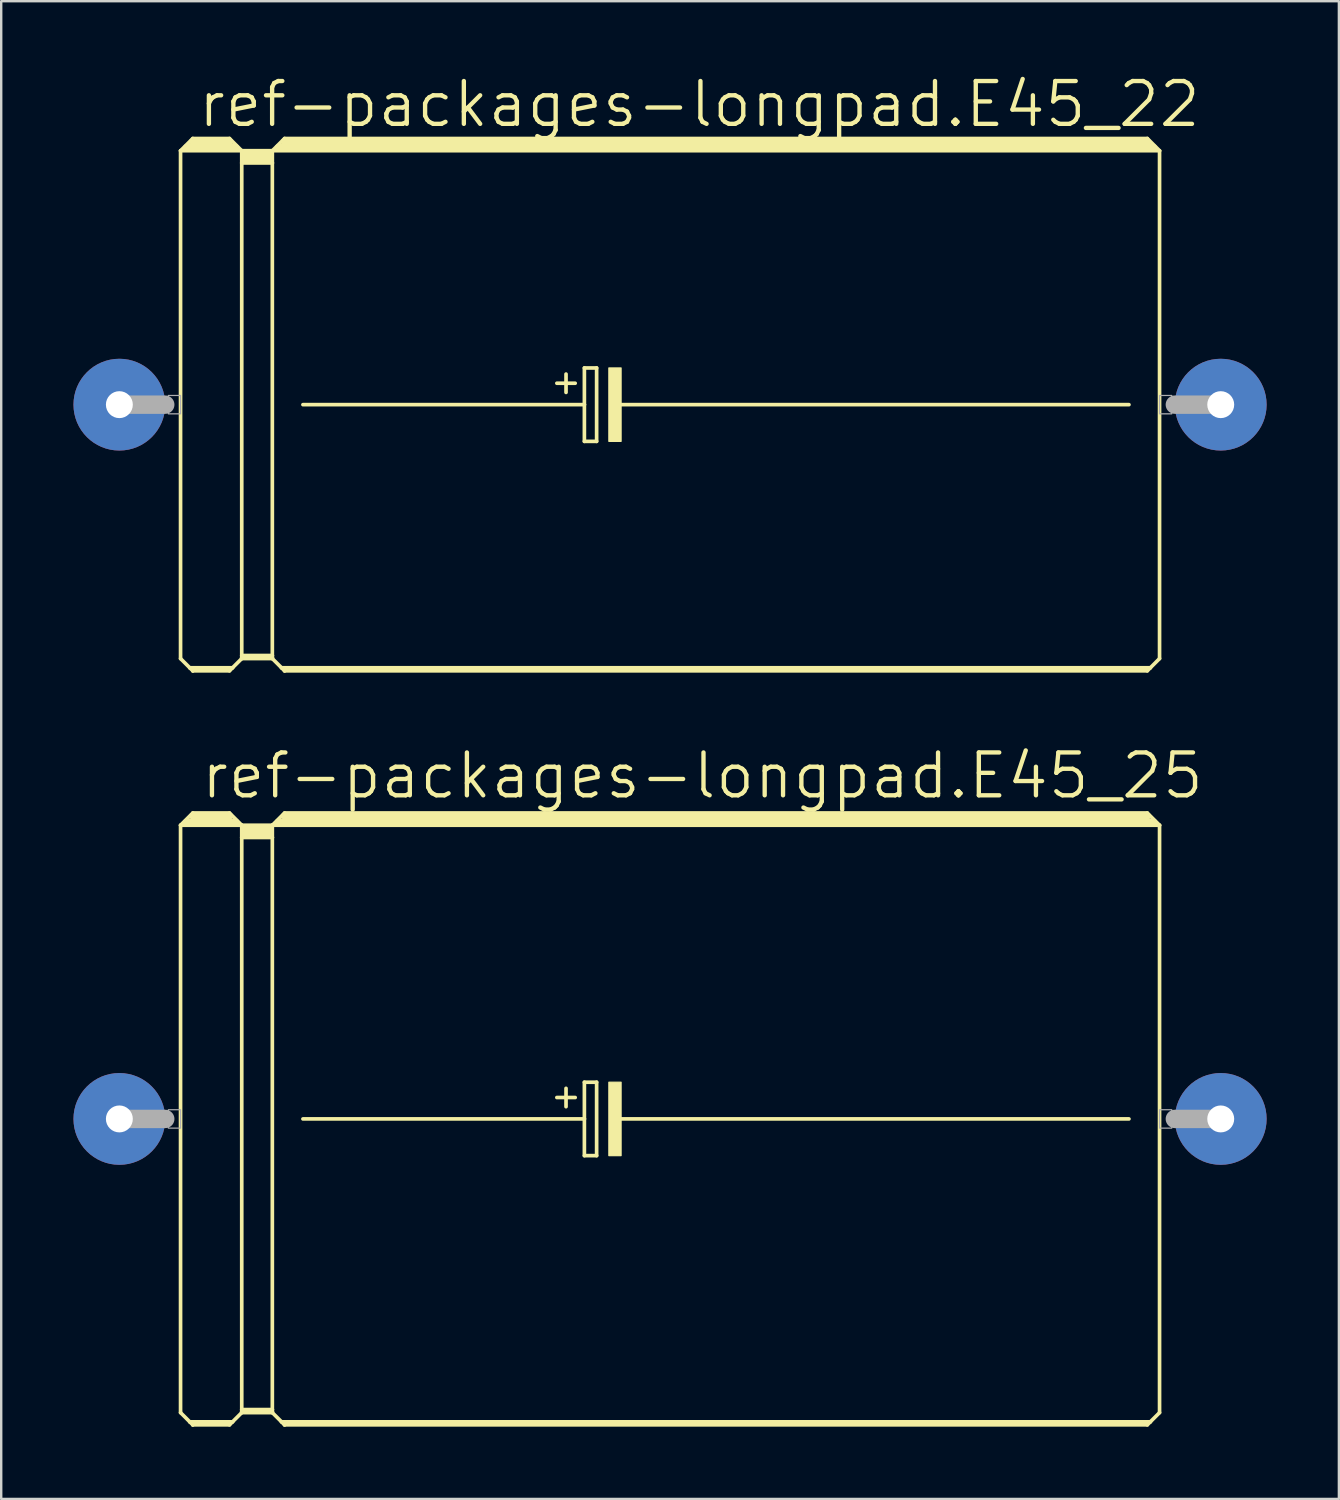
<source format=kicad_pcb>
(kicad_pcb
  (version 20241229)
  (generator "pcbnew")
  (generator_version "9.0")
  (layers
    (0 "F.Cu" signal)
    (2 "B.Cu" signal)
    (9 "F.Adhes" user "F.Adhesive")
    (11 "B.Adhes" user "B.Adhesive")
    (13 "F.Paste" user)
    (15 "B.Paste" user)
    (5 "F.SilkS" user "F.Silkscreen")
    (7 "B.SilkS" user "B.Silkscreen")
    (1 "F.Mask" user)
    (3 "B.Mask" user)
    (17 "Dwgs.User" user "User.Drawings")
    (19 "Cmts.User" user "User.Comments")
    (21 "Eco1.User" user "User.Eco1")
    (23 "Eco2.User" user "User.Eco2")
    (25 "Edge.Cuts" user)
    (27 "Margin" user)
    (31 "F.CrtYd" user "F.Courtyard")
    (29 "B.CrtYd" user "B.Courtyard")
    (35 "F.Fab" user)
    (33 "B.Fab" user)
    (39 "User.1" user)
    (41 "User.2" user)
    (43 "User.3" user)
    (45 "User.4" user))
  (footprint "ref-packages-longpad.E45_25"
    (layer "F.Cu")
    (at 24.765 43.399)
    (property "Reference" "ref-packages-longpad.E45_25" (at -19.558 -13.208 0) (layer "F.SilkS") (effects (font (size 1.778 1.778) (thickness 0.18)) (justify left bottom)))
    (attr through_hole)
    (fp_line (start -20.32 -12.192) (end -20.32 12.192) (stroke (width 0.152) (type default)) (layer "F.SilkS"))
    (fp_line (start -20.32 -12.192) (end -19.812 -12.7) (stroke (width 0.152) (type default)) (layer "F.SilkS"))
    (fp_line (start -20.32 -12.192) (end -17.78 -12.192) (stroke (width 0.152) (type default)) (layer "F.SilkS"))
    (fp_line (start -20.32 12.192) (end -19.939 12.573) (stroke (width 0.152) (type default)) (layer "F.SilkS"))
    (fp_line (start -20.066 -12.319) (end -18.034 -12.319) (stroke (width 0.305) (type default)) (layer "F.SilkS"))
    (fp_line (start -19.939 12.573) (end -19.812 12.7) (stroke (width 0.152) (type default)) (layer "F.SilkS"))
    (fp_line (start -19.939 12.573) (end -18.161 12.573) (stroke (width 0.152) (type default)) (layer "F.SilkS"))
    (fp_line (start -19.812 -12.7) (end -18.288 -12.7) (stroke (width 0.152) (type default)) (layer "F.SilkS"))
    (fp_line (start -19.812 -12.573) (end -18.288 -12.573) (stroke (width 0.305) (type default)) (layer "F.SilkS"))
    (fp_line (start -19.812 12.649) (end -18.288 12.649) (stroke (width 0.152) (type default)) (layer "F.SilkS"))
    (fp_line (start -19.812 12.7) (end -19.812 12.649) (stroke (width 0.152) (type default)) (layer "F.SilkS"))
    (fp_line (start -19.812 12.7) (end -18.288 12.7) (stroke (width 0.152) (type default)) (layer "F.SilkS"))
    (fp_line (start -18.288 -12.7) (end -17.78 -12.192) (stroke (width 0.152) (type default)) (layer "F.SilkS"))
    (fp_line (start -18.288 12.7) (end -18.161 12.573) (stroke (width 0.152) (type default)) (layer "F.SilkS"))
    (fp_line (start -18.161 12.573) (end -17.78 12.192) (stroke (width 0.152) (type default)) (layer "F.SilkS"))
    (fp_line (start -17.78 -12.192) (end -16.51 -12.192) (stroke (width 0.152) (type default)) (layer "F.SilkS"))
    (fp_line (start -17.78 -11.684) (end -17.78 -12.192) (stroke (width 0.152) (type default)) (layer "F.SilkS"))
    (fp_line (start -17.78 -11.684) (end -16.51 -11.684) (stroke (width 0.152) (type default)) (layer "F.SilkS"))
    (fp_line (start -17.78 12.065) (end -17.78 -11.684) (stroke (width 0.152) (type default)) (layer "F.SilkS"))
    (fp_line (start -17.78 12.065) (end -16.51 12.065) (stroke (width 0.152) (type default)) (layer "F.SilkS"))
    (fp_line (start -17.78 12.141) (end -17.78 12.065) (stroke (width 0.152) (type default)) (layer "F.SilkS"))
    (fp_line (start -17.78 12.141) (end -16.51 12.141) (stroke (width 0.152) (type default)) (layer "F.SilkS"))
    (fp_line (start -17.78 12.192) (end -17.78 12.141) (stroke (width 0.152) (type default)) (layer "F.SilkS"))
    (fp_line (start -17.78 12.192) (end -16.51 12.192) (stroke (width 0.152) (type default)) (layer "F.SilkS"))
    (fp_line (start -17.653 -12.065) (end -16.637 -12.065) (stroke (width 0.305) (type default)) (layer "F.SilkS"))
    (fp_line (start -17.653 -11.811) (end -16.637 -11.811) (stroke (width 0.305) (type default)) (layer "F.SilkS"))
    (fp_line (start -16.51 -12.192) (end -16.002 -12.7) (stroke (width 0.152) (type default)) (layer "F.SilkS"))
    (fp_line (start -16.51 -12.192) (end 20.32 -12.192) (stroke (width 0.152) (type default)) (layer "F.SilkS"))
    (fp_line (start -16.51 -11.684) (end -16.51 -12.192) (stroke (width 0.152) (type default)) (layer "F.SilkS"))
    (fp_line (start -16.51 12.065) (end -16.51 -11.684) (stroke (width 0.152) (type default)) (layer "F.SilkS"))
    (fp_line (start -16.51 12.141) (end -16.51 12.065) (stroke (width 0.152) (type default)) (layer "F.SilkS"))
    (fp_line (start -16.51 12.192) (end -16.51 12.141) (stroke (width 0.152) (type default)) (layer "F.SilkS"))
    (fp_line (start -16.51 12.192) (end -16.129 12.573) (stroke (width 0.152) (type default)) (layer "F.SilkS"))
    (fp_line (start -16.256 -12.319) (end 20.066 -12.319) (stroke (width 0.305) (type default)) (layer "F.SilkS"))
    (fp_line (start -16.129 12.573) (end -16.002 12.7) (stroke (width 0.152) (type default)) (layer "F.SilkS"))
    (fp_line (start -16.129 12.573) (end 19.939 12.573) (stroke (width 0.152) (type default)) (layer "F.SilkS"))
    (fp_line (start -16.002 -12.7) (end 19.812 -12.7) (stroke (width 0.152) (type default)) (layer "F.SilkS"))
    (fp_line (start -16.002 -12.573) (end 19.812 -12.573) (stroke (width 0.305) (type default)) (layer "F.SilkS"))
    (fp_line (start -16.002 12.649) (end 19.812 12.649) (stroke (width 0.152) (type default)) (layer "F.SilkS"))
    (fp_line (start -16.002 12.7) (end -16.002 12.649) (stroke (width 0.152) (type default)) (layer "F.SilkS"))
    (fp_line (start -16.002 12.7) (end 19.812 12.7) (stroke (width 0.152) (type default)) (layer "F.SilkS"))
    (fp_line (start -15.24 0) (end -3.556 0) (stroke (width 0.152) (type default)) (layer "F.SilkS"))
    (fp_line (start -4.699 -0.889) (end -3.937 -0.889) (stroke (width 0.152) (type default)) (layer "F.SilkS"))
    (fp_line (start -4.318 -1.27) (end -4.318 -0.508) (stroke (width 0.152) (type default)) (layer "F.SilkS"))
    (fp_line (start -3.556 -1.524) (end -3.556 0) (stroke (width 0.152) (type default)) (layer "F.SilkS"))
    (fp_line (start -3.556 0) (end -3.556 1.524) (stroke (width 0.152) (type default)) (layer "F.SilkS"))
    (fp_line (start -3.556 1.524) (end -3.048 1.524) (stroke (width 0.152) (type default)) (layer "F.SilkS"))
    (fp_line (start -3.048 -1.524) (end -3.556 -1.524) (stroke (width 0.152) (type default)) (layer "F.SilkS"))
    (fp_line (start -3.048 1.524) (end -3.048 -1.524) (stroke (width 0.152) (type default)) (layer "F.SilkS"))
    (fp_line (start -2.159 0) (end 19.05 0) (stroke (width 0.152) (type default)) (layer "F.SilkS"))
    (fp_line (start 19.812 -12.7) (end 20.32 -12.192) (stroke (width 0.152) (type default)) (layer "F.SilkS"))
    (fp_line (start 19.812 12.7) (end 19.939 12.573) (stroke (width 0.152) (type default)) (layer "F.SilkS"))
    (fp_line (start 19.939 12.573) (end 20.32 12.192) (stroke (width 0.152) (type default)) (layer "F.SilkS"))
    (fp_line (start 20.32 -12.192) (end 20.32 12.192) (stroke (width 0.152) (type default)) (layer "F.SilkS"))
    (fp_rect (start -2.54 1.524) (end -2.032 -1.524) (stroke (width 0.05) (type default)) (fill yes) (layer "F.SilkS"))
    (fp_line (start -22.86 0) (end -20.955 0) (stroke (width 0.762) (type default)) (layer "F.Fab"))
    (fp_line (start 22.86 0) (end 20.955 0) (stroke (width 0.762) (type default)) (layer "F.Fab"))
    (fp_rect (start -20.828 0.381) (end -20.32 -0.381) (stroke (width 0.05) (type default)) (fill no) (layer "F.Fab"))
    (fp_rect (start 20.32 0.381) (end 20.828 -0.381) (stroke (width 0.05) (type default)) (fill no) (layer "F.Fab"))
    (pad "+" thru_hole circle (at -22.86 0) (size 3.81 3.81) (drill 1.118) (layers "*.Cu" "*.Mask"))
    (pad "-" thru_hole circle (at 22.86 0) (size 3.81 3.81) (drill 1.118) (layers "*.Cu" "*.Mask")))
  (footprint "ref-packages-longpad.E45_22"
    (layer "F.Cu")
    (at 24.765 13.748)
    (property "Reference" "ref-packages-longpad.E45_22" (at -19.685 -11.43 0) (layer "F.SilkS") (effects (font (size 1.778 1.778) (thickness 0.18)) (justify left bottom)))
    (attr through_hole)
    (fp_line (start -20.32 -10.541) (end -20.32 10.541) (stroke (width 0.152) (type default)) (layer "F.SilkS"))
    (fp_line (start -20.32 -10.541) (end -19.812 -11.049) (stroke (width 0.152) (type default)) (layer "F.SilkS"))
    (fp_line (start -20.32 -10.541) (end -17.78 -10.541) (stroke (width 0.152) (type default)) (layer "F.SilkS"))
    (fp_line (start -20.32 10.541) (end -19.939 10.922) (stroke (width 0.152) (type default)) (layer "F.SilkS"))
    (fp_line (start -20.066 -10.668) (end -18.034 -10.668) (stroke (width 0.305) (type default)) (layer "F.SilkS"))
    (fp_line (start -19.939 10.922) (end -19.812 11.049) (stroke (width 0.152) (type default)) (layer "F.SilkS"))
    (fp_line (start -19.939 10.922) (end -18.161 10.922) (stroke (width 0.152) (type default)) (layer "F.SilkS"))
    (fp_line (start -19.812 -11.049) (end -18.288 -11.049) (stroke (width 0.152) (type default)) (layer "F.SilkS"))
    (fp_line (start -19.812 -10.922) (end -18.288 -10.922) (stroke (width 0.305) (type default)) (layer "F.SilkS"))
    (fp_line (start -19.812 10.998) (end -18.288 10.998) (stroke (width 0.152) (type default)) (layer "F.SilkS"))
    (fp_line (start -19.812 11.049) (end -19.812 10.998) (stroke (width 0.152) (type default)) (layer "F.SilkS"))
    (fp_line (start -19.812 11.049) (end -18.288 11.049) (stroke (width 0.152) (type default)) (layer "F.SilkS"))
    (fp_line (start -18.288 -11.049) (end -17.78 -10.541) (stroke (width 0.152) (type default)) (layer "F.SilkS"))
    (fp_line (start -18.288 11.049) (end -18.161 10.922) (stroke (width 0.152) (type default)) (layer "F.SilkS"))
    (fp_line (start -18.161 10.922) (end -17.78 10.541) (stroke (width 0.152) (type default)) (layer "F.SilkS"))
    (fp_line (start -17.78 -10.541) (end -16.51 -10.541) (stroke (width 0.152) (type default)) (layer "F.SilkS"))
    (fp_line (start -17.78 -10.033) (end -17.78 -10.541) (stroke (width 0.152) (type default)) (layer "F.SilkS"))
    (fp_line (start -17.78 -10.033) (end -16.51 -10.033) (stroke (width 0.152) (type default)) (layer "F.SilkS"))
    (fp_line (start -17.78 10.414) (end -17.78 -10.033) (stroke (width 0.152) (type default)) (layer "F.SilkS"))
    (fp_line (start -17.78 10.414) (end -16.51 10.414) (stroke (width 0.152) (type default)) (layer "F.SilkS"))
    (fp_line (start -17.78 10.49) (end -17.78 10.414) (stroke (width 0.152) (type default)) (layer "F.SilkS"))
    (fp_line (start -17.78 10.49) (end -16.51 10.49) (stroke (width 0.152) (type default)) (layer "F.SilkS"))
    (fp_line (start -17.78 10.541) (end -17.78 10.49) (stroke (width 0.152) (type default)) (layer "F.SilkS"))
    (fp_line (start -17.78 10.541) (end -16.51 10.541) (stroke (width 0.152) (type default)) (layer "F.SilkS"))
    (fp_line (start -17.653 -10.414) (end -16.637 -10.414) (stroke (width 0.305) (type default)) (layer "F.SilkS"))
    (fp_line (start -17.653 -10.16) (end -16.637 -10.16) (stroke (width 0.305) (type default)) (layer "F.SilkS"))
    (fp_line (start -16.51 -10.541) (end -16.002 -11.049) (stroke (width 0.152) (type default)) (layer "F.SilkS"))
    (fp_line (start -16.51 -10.541) (end 20.32 -10.541) (stroke (width 0.152) (type default)) (layer "F.SilkS"))
    (fp_line (start -16.51 -10.033) (end -16.51 -10.541) (stroke (width 0.152) (type default)) (layer "F.SilkS"))
    (fp_line (start -16.51 10.414) (end -16.51 -10.033) (stroke (width 0.152) (type default)) (layer "F.SilkS"))
    (fp_line (start -16.51 10.49) (end -16.51 10.414) (stroke (width 0.152) (type default)) (layer "F.SilkS"))
    (fp_line (start -16.51 10.541) (end -16.51 10.49) (stroke (width 0.152) (type default)) (layer "F.SilkS"))
    (fp_line (start -16.51 10.541) (end -16.129 10.922) (stroke (width 0.152) (type default)) (layer "F.SilkS"))
    (fp_line (start -16.256 -10.668) (end 20.066 -10.668) (stroke (width 0.305) (type default)) (layer "F.SilkS"))
    (fp_line (start -16.129 10.922) (end -16.002 11.049) (stroke (width 0.152) (type default)) (layer "F.SilkS"))
    (fp_line (start -16.129 10.922) (end 19.939 10.922) (stroke (width 0.152) (type default)) (layer "F.SilkS"))
    (fp_line (start -16.002 -11.049) (end 19.812 -11.049) (stroke (width 0.152) (type default)) (layer "F.SilkS"))
    (fp_line (start -16.002 -10.922) (end 19.812 -10.922) (stroke (width 0.305) (type default)) (layer "F.SilkS"))
    (fp_line (start -16.002 10.998) (end 19.812 10.998) (stroke (width 0.152) (type default)) (layer "F.SilkS"))
    (fp_line (start -16.002 11.049) (end -16.002 10.998) (stroke (width 0.152) (type default)) (layer "F.SilkS"))
    (fp_line (start -16.002 11.049) (end 19.812 11.049) (stroke (width 0.152) (type default)) (layer "F.SilkS"))
    (fp_line (start -15.24 0) (end -3.556 0) (stroke (width 0.152) (type default)) (layer "F.SilkS"))
    (fp_line (start -4.699 -0.889) (end -3.937 -0.889) (stroke (width 0.152) (type default)) (layer "F.SilkS"))
    (fp_line (start -4.318 -1.27) (end -4.318 -0.508) (stroke (width 0.152) (type default)) (layer "F.SilkS"))
    (fp_line (start -3.556 -1.524) (end -3.556 0) (stroke (width 0.152) (type default)) (layer "F.SilkS"))
    (fp_line (start -3.556 0) (end -3.556 1.524) (stroke (width 0.152) (type default)) (layer "F.SilkS"))
    (fp_line (start -3.556 1.524) (end -3.048 1.524) (stroke (width 0.152) (type default)) (layer "F.SilkS"))
    (fp_line (start -3.048 -1.524) (end -3.556 -1.524) (stroke (width 0.152) (type default)) (layer "F.SilkS"))
    (fp_line (start -3.048 1.524) (end -3.048 -1.524) (stroke (width 0.152) (type default)) (layer "F.SilkS"))
    (fp_line (start -2.159 0) (end 19.05 0) (stroke (width 0.152) (type default)) (layer "F.SilkS"))
    (fp_line (start 19.812 -11.049) (end 20.32 -10.541) (stroke (width 0.152) (type default)) (layer "F.SilkS"))
    (fp_line (start 19.812 11.049) (end 19.939 10.922) (stroke (width 0.152) (type default)) (layer "F.SilkS"))
    (fp_line (start 19.939 10.922) (end 20.32 10.541) (stroke (width 0.152) (type default)) (layer "F.SilkS"))
    (fp_line (start 20.32 -10.541) (end 20.32 10.541) (stroke (width 0.152) (type default)) (layer "F.SilkS"))
    (fp_rect (start -2.54 1.524) (end -2.032 -1.524) (stroke (width 0.05) (type default)) (fill yes) (layer "F.SilkS"))
    (fp_line (start -22.86 0) (end -20.955 0) (stroke (width 0.762) (type default)) (layer "F.Fab"))
    (fp_line (start 22.86 0) (end 20.955 0) (stroke (width 0.762) (type default)) (layer "F.Fab"))
    (fp_rect (start -20.828 0.381) (end -20.32 -0.381) (stroke (width 0.05) (type default)) (fill no) (layer "F.Fab"))
    (fp_rect (start 20.32 0.381) (end 20.828 -0.381) (stroke (width 0.05) (type default)) (fill no) (layer "F.Fab"))
    (pad "+" thru_hole circle (at -22.86 0) (size 3.81 3.81) (drill 1.118) (layers "*.Cu" "*.Mask"))
    (pad "-" thru_hole circle (at 22.86 0) (size 3.81 3.81) (drill 1.118) (layers "*.Cu" "*.Mask")))
  (gr_rect
    (start -3 -3)
    (end 52.53 59.175)
    (stroke (width 0.1) (type default))
    (fill no)
    (layer "Edge.Cuts")))
</source>
